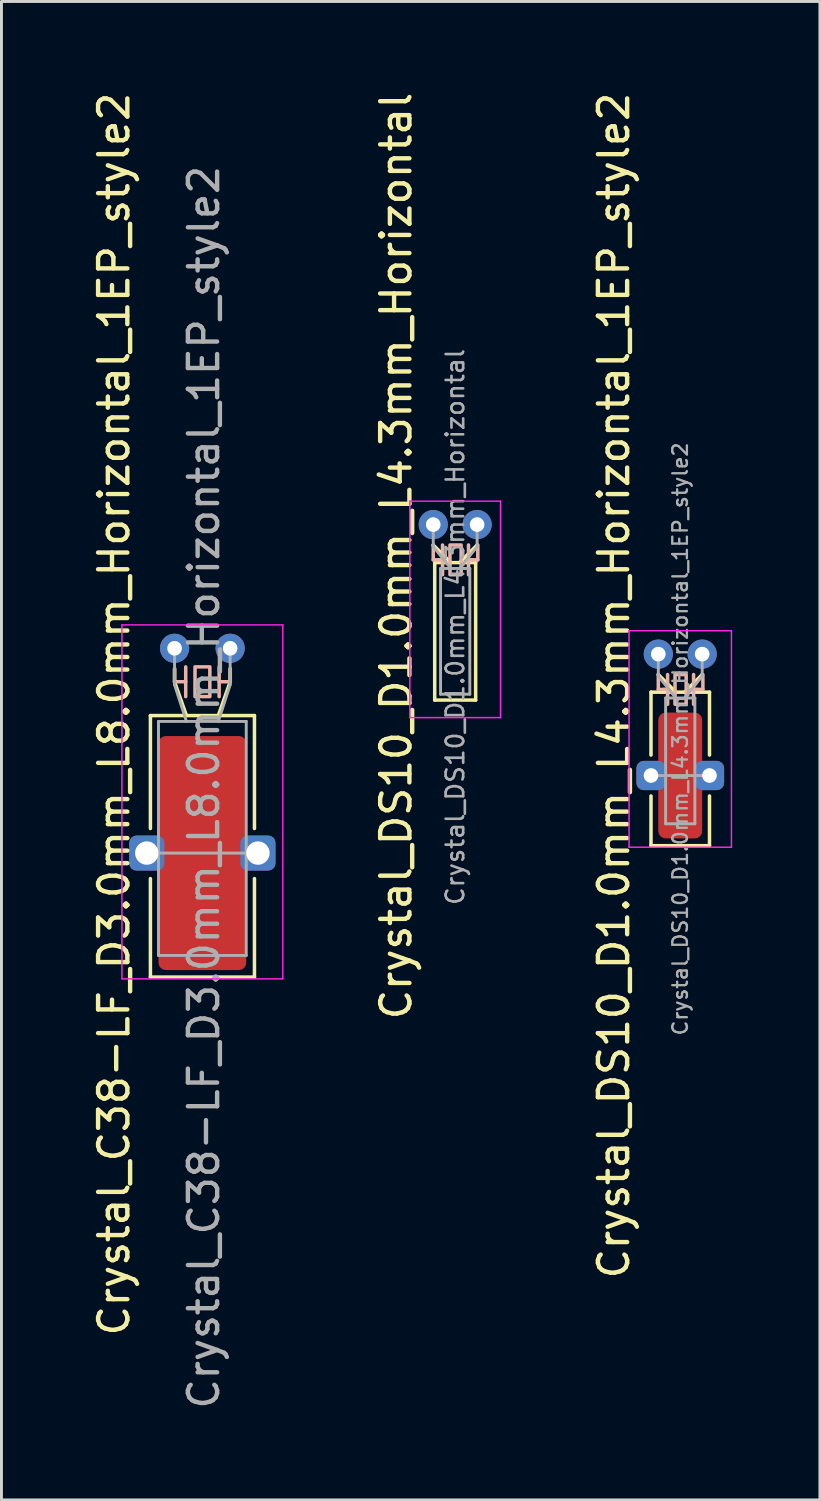
<source format=kicad_pcb>
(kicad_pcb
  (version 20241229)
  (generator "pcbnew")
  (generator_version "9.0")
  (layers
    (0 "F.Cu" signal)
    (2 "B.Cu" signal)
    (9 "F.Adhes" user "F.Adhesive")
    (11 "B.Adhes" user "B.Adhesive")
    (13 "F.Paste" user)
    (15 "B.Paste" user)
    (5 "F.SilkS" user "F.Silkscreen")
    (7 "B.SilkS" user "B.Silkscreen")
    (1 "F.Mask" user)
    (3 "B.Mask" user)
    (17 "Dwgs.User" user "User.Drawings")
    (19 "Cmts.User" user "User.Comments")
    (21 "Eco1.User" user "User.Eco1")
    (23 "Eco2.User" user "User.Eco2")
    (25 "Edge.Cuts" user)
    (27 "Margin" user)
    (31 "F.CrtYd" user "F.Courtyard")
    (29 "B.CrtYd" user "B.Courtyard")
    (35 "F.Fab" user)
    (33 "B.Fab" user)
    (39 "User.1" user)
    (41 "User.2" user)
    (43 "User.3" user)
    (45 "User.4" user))
  (footprint "Crystal_DS10_D1.0mm_L4.3mm_Horizontal"
    (layer "F.Cu")
    (at 11.761 14.883)
    (property "Reference" "Crystal_DS10_D1.0mm_L4.3mm_Horizontal" (at -1.27 1.075 90) (layer "F.SilkS") (effects (font (size 1 1) (thickness 0.15))))
    (attr through_hole)
    (fp_line (start 0 0.7) (end 0 0.7) (stroke (width 0.12) (type solid)) (layer "F.SilkS"))
    (fp_line (start 0.05 1.3) (end 0.05 6) (stroke (width 0.12) (type solid)) (layer "F.SilkS"))
    (fp_line (start 0.05 6) (end 1.45 6) (stroke (width 0.12) (type solid)) (layer "F.SilkS"))
    (fp_line (start 0.6 1.3) (end 0 0.7) (stroke (width 0.12) (type solid)) (layer "F.SilkS"))
    (fp_line (start 0.9 1.3) (end 1.5 0.7) (stroke (width 0.12) (type solid)) (layer "F.SilkS"))
    (fp_line (start 1.45 1.3) (end 0.05 1.3) (stroke (width 0.12) (type solid)) (layer "F.SilkS"))
    (fp_line (start 1.45 6) (end 1.45 1.3) (stroke (width 0.12) (type solid)) (layer "F.SilkS"))
    (fp_line (start 1.5 0.7) (end 1.5 0.7) (stroke (width 0.12) (type solid)) (layer "F.SilkS"))
    (fp_line (start 0 1.206) (end 0 0.699) (stroke (width 0.12) (type solid)) (layer "B.SilkS"))
    (fp_line (start 0.191 1.206) (end 0 1.206) (stroke (width 0.12) (type solid)) (layer "B.SilkS"))
    (fp_line (start 0.318 0.699) (end 0.318 1.714) (stroke (width 0.12) (type solid)) (layer "B.SilkS"))
    (fp_line (start 0.318 1.206) (end 0.191 1.206) (stroke (width 0.12) (type solid)) (layer "B.SilkS"))
    (fp_line (start 1.206 0.699) (end 1.206 1.714) (stroke (width 0.12) (type solid)) (layer "B.SilkS"))
    (fp_line (start 1.333 1.206) (end 1.27 1.206) (stroke (width 0.12) (type solid)) (layer "B.SilkS"))
    (fp_line (start 1.333 1.206) (end 1.524 1.206) (stroke (width 0.12) (type solid)) (layer "B.SilkS"))
    (fp_line (start 1.524 1.206) (end 1.524 0.699) (stroke (width 0.12) (type solid)) (layer "B.SilkS"))
    (fp_rect (start 0.572 0.699) (end 0.953 1.714) (stroke (width 0.12) (type solid)) (fill no) (layer "B.SilkS"))
    (fp_line (start -0.8 -0.8) (end -0.8 6.6) (stroke (width 0.05) (type solid)) (layer "F.CrtYd"))
    (fp_line (start -0.8 6.6) (end 2.3 6.6) (stroke (width 0.05) (type solid)) (layer "F.CrtYd"))
    (fp_line (start 2.3 -0.8) (end -0.8 -0.8) (stroke (width 0.05) (type solid)) (layer "F.CrtYd"))
    (fp_line (start 2.3 6.6) (end 2.3 -0.8) (stroke (width 0.05) (type solid)) (layer "F.CrtYd"))
    (fp_line (start 0 0.75) (end 0 0) (stroke (width 0.1) (type solid)) (layer "F.Fab"))
    (fp_line (start 0.25 1.5) (end 0.25 5.8) (stroke (width 0.1) (type solid)) (layer "F.Fab"))
    (fp_line (start 0.25 5.8) (end 1.25 5.8) (stroke (width 0.1) (type solid)) (layer "F.Fab"))
    (fp_line (start 0.6 1.5) (end 0 0.75) (stroke (width 0.1) (type solid)) (layer "F.Fab"))
    (fp_line (start 0.9 1.5) (end 1.5 0.75) (stroke (width 0.1) (type solid)) (layer "F.Fab"))
    (fp_line (start 1.25 1.5) (end 0.25 1.5) (stroke (width 0.1) (type solid)) (layer "F.Fab"))
    (fp_line (start 1.25 5.8) (end 1.25 1.5) (stroke (width 0.1) (type solid)) (layer "F.Fab"))
    (fp_line (start 1.5 0.75) (end 1.5 0) (stroke (width 0.1) (type solid)) (layer "F.Fab"))
    (fp_text user "${REFERENCE}" (at 0.75 3.5 90) (layer "F.Fab") (effects (font (size 0.6 0.6) (thickness 0.09))))
    (pad "1" thru_hole circle (at 0 0) (size 1 1) (drill 0.5) (layers "*.Cu" "*.Mask"))
    (pad "2" thru_hole circle (at 1.5 0) (size 1 1) (drill 0.5) (layers "*.Cu" "*.Mask")))
  (footprint "Crystal_C38-LF_D3.0mm_L8.0mm_Horizontal_1EP_style2"
    (layer "F.Cu")
    (at 2.918 19.113)
    (property "Reference" "Crystal_C38-LF_D3.0mm_L8.0mm_Horizontal_1EP_style2" (at -2.07 2.25 90) (layer "F.SilkS") (effects (font (size 1 1) (thickness 0.15))))
    (attr through_hole)
    (fp_line (start -0.826 2.3) (end 2.731 2.3) (stroke (width 0.12) (type solid)) (layer "F.SilkS"))
    (fp_line (start -0.826 6.16) (end -0.826 2.3) (stroke (width 0.12) (type solid)) (layer "F.SilkS"))
    (fp_line (start -0.826 7.874) (end -0.826 11.239) (stroke (width 0.12) (type solid)) (layer "F.SilkS"))
    (fp_line (start -0.826 11.239) (end 2.731 11.239) (stroke (width 0.12) (type solid)) (layer "F.SilkS"))
    (fp_line (start 0 1.15) (end 0 0.7) (stroke (width 0.12) (type solid)) (layer "F.SilkS"))
    (fp_line (start 0.405 2.3) (end 0 1.15) (stroke (width 0.12) (type solid)) (layer "F.SilkS"))
    (fp_line (start 1.495 2.3) (end 1.9 1.15) (stroke (width 0.12) (type solid)) (layer "F.SilkS"))
    (fp_line (start 1.9 1.15) (end 1.9 0.7) (stroke (width 0.12) (type solid)) (layer "F.SilkS"))
    (fp_line (start 2.731 2.3) (end 2.731 6.16) (stroke (width 0.12) (type solid)) (layer "F.SilkS"))
    (fp_line (start 2.731 11.239) (end 2.731 7.874) (stroke (width 0.12) (type solid)) (layer "F.SilkS"))
    (fp_line (start 0 1.143) (end 0 0.699) (stroke (width 0.12) (type solid)) (layer "B.SilkS"))
    (fp_line (start 0.381 0.635) (end 0.381 1.651) (stroke (width 0.12) (type solid)) (layer "B.SilkS"))
    (fp_line (start 0.381 1.143) (end 0 1.143) (stroke (width 0.12) (type solid)) (layer "B.SilkS"))
    (fp_line (start 1.524 0.635) (end 1.524 1.651) (stroke (width 0.12) (type solid)) (layer "B.SilkS"))
    (fp_line (start 1.524 1.143) (end 1.905 1.143) (stroke (width 0.12) (type solid)) (layer "B.SilkS"))
    (fp_line (start 1.905 1.143) (end 1.905 0.699) (stroke (width 0.12) (type solid)) (layer "B.SilkS"))
    (fp_rect (start 0.699 0.635) (end 1.206 1.651) (stroke (width 0.12) (type solid)) (fill no) (layer "B.SilkS"))
    (fp_line (start -1.8 -0.8) (end -1.8 11.3) (stroke (width 0.05) (type solid)) (layer "F.CrtYd"))
    (fp_line (start -1.8 11.3) (end 3.7 11.3) (stroke (width 0.05) (type solid)) (layer "F.CrtYd"))
    (fp_line (start 3.7 -0.8) (end -1.8 -0.8) (stroke (width 0.05) (type solid)) (layer "F.CrtYd"))
    (fp_line (start 3.7 11.3) (end 3.7 -0.8) (stroke (width 0.05) (type solid)) (layer "F.CrtYd"))
    (fp_line (start -0.95 7) (end 2.85 7) (stroke (width 0.1) (type solid)) (layer "F.Fab"))
    (fp_line (start -0.55 2.5) (end -0.55 10.5) (stroke (width 0.1) (type solid)) (layer "F.Fab"))
    (fp_line (start -0.55 10.5) (end 2.45 10.5) (stroke (width 0.1) (type solid)) (layer "F.Fab"))
    (fp_line (start 0 1.25) (end 0 0) (stroke (width 0.1) (type solid)) (layer "F.Fab"))
    (fp_line (start 0.405 2.5) (end 0 1.25) (stroke (width 0.1) (type solid)) (layer "F.Fab"))
    (fp_line (start 1.495 2.5) (end 1.9 1.25) (stroke (width 0.1) (type solid)) (layer "F.Fab"))
    (fp_line (start 1.9 1.25) (end 1.9 0) (stroke (width 0.1) (type solid)) (layer "F.Fab"))
    (fp_line (start 2.45 2.5) (end -0.55 2.5) (stroke (width 0.1) (type solid)) (layer "F.Fab"))
    (fp_line (start 2.45 10.5) (end 2.45 2.5) (stroke (width 0.1) (type solid)) (layer "F.Fab"))
    (fp_text user "${REFERENCE}" (at 1 4.75 90) (layer "F.Fab") (effects (font (size 1 1) (thickness 0.15))))
    (pad "1" thru_hole circle (at 0 0) (size 1 1) (drill 0.5) (layers "*.Cu" "*.Mask"))
    (pad "2" thru_hole circle (at 1.9 0) (size 1 1) (drill 0.5) (layers "*.Cu" "*.Mask"))
    (pad "3" thru_hole roundrect (at -0.95 7) (size 1.2 1.2) (drill 0.8) (layers "*.Cu" "*.Mask") (roundrect_rratio 0.208))
    (pad "3" smd roundrect (at 0.95 7) (size 3 8) (layers "F.Cu" "F.Mask" "F.Paste") (roundrect_rratio 0.083))
    (pad "3" thru_hole roundrect (at 2.85 7) (size 1.2 1.2) (drill 0.8) (layers "*.Cu" "*.Mask") (roundrect_rratio 0.208)))
  (footprint "Crystal_DS10_D1.0mm_L4.3mm_Horizontal_1EP_style2"
    (layer "F.Cu")
    (at 19.455 19.312)
    (property "Reference" "Crystal_DS10_D1.0mm_L4.3mm_Horizontal_1EP_style2" (at -1.52 1.075 90) (layer "F.SilkS") (effects (font (size 1 1) (thickness 0.15))))
    (attr through_hole)
    (fp_line (start -0.25 1.3) (end 1.75 1.3) (stroke (width 0.12) (type solid)) (layer "F.SilkS"))
    (fp_line (start -0.25 3.45) (end -0.25 1.3) (stroke (width 0.12) (type solid)) (layer "F.SilkS"))
    (fp_line (start -0.25 4.85) (end -0.25 6.55) (stroke (width 0.12) (type solid)) (layer "F.SilkS"))
    (fp_line (start -0.25 6.55) (end 1.75 6.55) (stroke (width 0.12) (type solid)) (layer "F.SilkS"))
    (fp_line (start 0 0.7) (end 0 0.7) (stroke (width 0.12) (type solid)) (layer "F.SilkS"))
    (fp_line (start 0.6 1.3) (end 0 0.7) (stroke (width 0.12) (type solid)) (layer "F.SilkS"))
    (fp_line (start 0.9 1.3) (end 1.5 0.7) (stroke (width 0.12) (type solid)) (layer "F.SilkS"))
    (fp_line (start 1.5 0.7) (end 1.5 0.7) (stroke (width 0.12) (type solid)) (layer "F.SilkS"))
    (fp_line (start 1.75 1.3) (end 1.75 3.45) (stroke (width 0.12) (type solid)) (layer "F.SilkS"))
    (fp_line (start 1.75 6.55) (end 1.75 4.85) (stroke (width 0.12) (type solid)) (layer "F.SilkS"))
    (fp_line (start 0 1.206) (end 0 0.699) (stroke (width 0.12) (type solid)) (layer "B.SilkS"))
    (fp_line (start 0.191 1.206) (end 0 1.206) (stroke (width 0.12) (type solid)) (layer "B.SilkS"))
    (fp_line (start 0.318 0.699) (end 0.318 1.714) (stroke (width 0.12) (type solid)) (layer "B.SilkS"))
    (fp_line (start 0.318 1.206) (end 0.191 1.206) (stroke (width 0.12) (type solid)) (layer "B.SilkS"))
    (fp_line (start 1.206 0.699) (end 1.206 1.714) (stroke (width 0.12) (type solid)) (layer "B.SilkS"))
    (fp_line (start 1.333 1.206) (end 1.27 1.206) (stroke (width 0.12) (type solid)) (layer "B.SilkS"))
    (fp_line (start 1.333 1.206) (end 1.524 1.206) (stroke (width 0.12) (type solid)) (layer "B.SilkS"))
    (fp_line (start 1.524 1.206) (end 1.524 0.699) (stroke (width 0.12) (type solid)) (layer "B.SilkS"))
    (fp_rect (start 0.572 0.699) (end 0.953 1.714) (stroke (width 0.12) (type solid)) (fill no) (layer "B.SilkS"))
    (fp_line (start -1 -0.8) (end -1 6.6) (stroke (width 0.05) (type solid)) (layer "F.CrtYd"))
    (fp_line (start -1 6.6) (end 2.5 6.6) (stroke (width 0.05) (type solid)) (layer "F.CrtYd"))
    (fp_line (start 2.5 -0.8) (end -1 -0.8) (stroke (width 0.05) (type solid)) (layer "F.CrtYd"))
    (fp_line (start 2.5 6.6) (end 2.5 -0.8) (stroke (width 0.05) (type solid)) (layer "F.CrtYd"))
    (fp_line (start -0.25 4.15) (end 1.75 4.15) (stroke (width 0.1) (type solid)) (layer "F.Fab"))
    (fp_line (start 0 0.75) (end 0 0) (stroke (width 0.1) (type solid)) (layer "F.Fab"))
    (fp_line (start 0.25 1.5) (end 0.25 5.8) (stroke (width 0.1) (type solid)) (layer "F.Fab"))
    (fp_line (start 0.25 5.8) (end 1.25 5.8) (stroke (width 0.1) (type solid)) (layer "F.Fab"))
    (fp_line (start 0.6 1.5) (end 0 0.75) (stroke (width 0.1) (type solid)) (layer "F.Fab"))
    (fp_line (start 0.9 1.5) (end 1.5 0.75) (stroke (width 0.1) (type solid)) (layer "F.Fab"))
    (fp_line (start 1.25 1.5) (end 0.25 1.5) (stroke (width 0.1) (type solid)) (layer "F.Fab"))
    (fp_line (start 1.25 5.8) (end 1.25 1.5) (stroke (width 0.1) (type solid)) (layer "F.Fab"))
    (fp_line (start 1.5 0.75) (end 1.5 0) (stroke (width 0.1) (type solid)) (layer "F.Fab"))
    (fp_text user "${REFERENCE}" (at 0.75 2.9 270) (layer "F.Fab") (effects (font (size 0.5 0.5) (thickness 0.08))))
    (pad "1" thru_hole circle (at 0 0) (size 1 1) (drill 0.5) (layers "*.Cu" "*.Mask"))
    (pad "2" thru_hole circle (at 1.5 0) (size 1 1) (drill 0.5) (layers "*.Cu" "*.Mask"))
    (pad "3" thru_hole roundrect (at -0.25 4.15) (size 1 1) (drill 0.5) (layers "*.Cu" "*.Mask") (roundrect_rratio 0.25))
    (pad "3" smd roundrect (at 0.75 4.15) (size 1.5 4.3) (layers "F.Cu" "F.Mask" "F.Paste") (roundrect_rratio 0.167))
    (pad "3" thru_hole roundrect (at 1.75 4.15) (size 1 1) (drill 0.5) (layers "*.Cu" "*.Mask") (roundrect_rratio 0.25)))
  (gr_rect
    (start -3 -3)
    (end 24.98 48.226)
    (stroke (width 0.1) (type default))
    (fill no)
    (layer "Edge.Cuts")))
</source>
